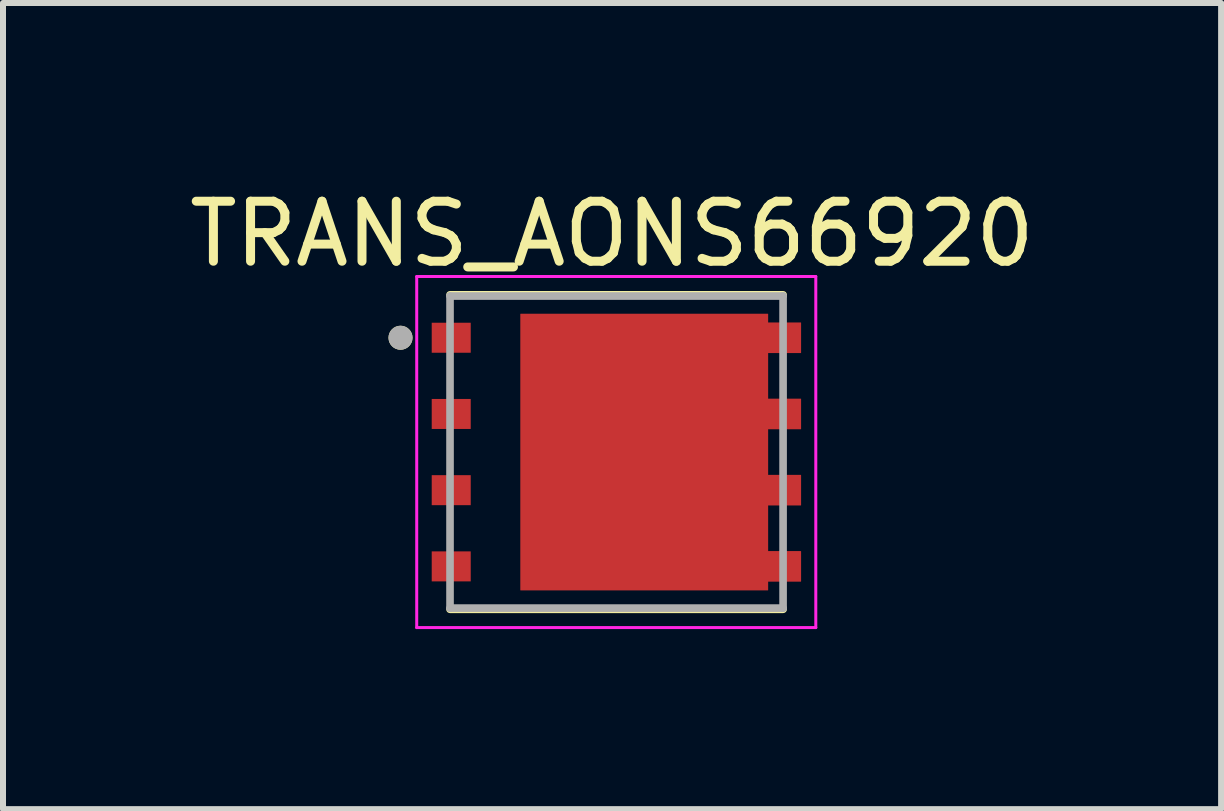
<source format=kicad_pcb>
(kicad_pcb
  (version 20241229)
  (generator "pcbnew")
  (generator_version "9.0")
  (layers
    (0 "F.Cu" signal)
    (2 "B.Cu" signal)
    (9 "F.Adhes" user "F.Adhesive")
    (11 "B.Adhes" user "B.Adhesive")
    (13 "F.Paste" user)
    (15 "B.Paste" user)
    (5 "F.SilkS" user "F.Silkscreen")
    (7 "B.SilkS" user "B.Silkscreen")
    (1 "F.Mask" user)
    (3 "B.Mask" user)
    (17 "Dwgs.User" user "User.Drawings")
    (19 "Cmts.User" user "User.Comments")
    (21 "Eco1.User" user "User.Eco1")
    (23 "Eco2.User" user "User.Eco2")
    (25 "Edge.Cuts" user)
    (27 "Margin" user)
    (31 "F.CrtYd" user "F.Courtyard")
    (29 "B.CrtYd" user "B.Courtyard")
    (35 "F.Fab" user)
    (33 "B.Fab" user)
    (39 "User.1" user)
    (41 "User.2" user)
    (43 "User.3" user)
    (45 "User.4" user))
  (footprint "TRANS_AONS66920"
    (layer "F.Cu")
    (at 7.224 4.483)
    (property "Reference" "TRANS_AONS66920" (at -0.075 -3.635 0) (layer "F.SilkS") (effects (font (size 1 1) (thickness 0.15))))
    (attr smd)
    (fp_poly (pts (xy -1.7 -2.4) (xy -1.7 2.4) (xy 2.62 2.4) (xy 2.62 2.255) (xy 3.17 2.255) (xy 3.17 1.555) (xy 2.62 1.555) (xy 2.62 0.985) (xy 3.17 0.985) (xy 3.17 0.285) (xy 2.62 0.285) (xy 2.62 -0.285) (xy 3.17 -0.285) (xy 3.17 -0.985) (xy 2.62 -0.985) (xy 2.62 -1.555) (xy 3.17 -1.555) (xy 3.17 -2.255) (xy 2.62 -2.255) (xy 2.62 -2.4)) (stroke (width 0.01) (type solid)) (fill yes) (layer "F.Mask"))
    (fp_line (start -2.775 -2.62) (end 2.775 -2.62) (stroke (width 0.127) (type solid)) (layer "F.SilkS"))
    (fp_line (start 2.775 2.62) (end -2.775 2.62) (stroke (width 0.127) (type solid)) (layer "F.SilkS"))
    (fp_circle (center -3.6 -1.905) (end -3.5 -1.905) (stroke (width 0.2) (type solid)) (fill no) (layer "F.SilkS"))
    (fp_poly (pts (xy -1.065 -1.765) (xy 0.195 -1.765) (xy 0.195 -0.265) (xy -1.065 -0.265)) (stroke (width 0.01) (type solid)) (fill yes) (layer "F.Paste"))
    (fp_poly (pts (xy -1.065 0.265) (xy 0.195 0.265) (xy 0.195 1.765) (xy -1.065 1.765)) (stroke (width 0.01) (type solid)) (fill yes) (layer "F.Paste"))
    (fp_poly (pts (xy 0.725 -1.765) (xy 1.985 -1.765) (xy 1.985 -0.265) (xy 0.725 -0.265)) (stroke (width 0.01) (type solid)) (fill yes) (layer "F.Paste"))
    (fp_poly (pts (xy 0.725 0.265) (xy 1.985 0.265) (xy 1.985 1.765) (xy 0.725 1.765)) (stroke (width 0.01) (type solid)) (fill yes) (layer "F.Paste"))
    (fp_poly (pts (xy 2.52 -2.155) (xy 3.07 -2.155) (xy 3.07 -1.655) (xy 2.52 -1.655)) (stroke (width 0.01) (type solid)) (fill yes) (layer "F.Paste"))
    (fp_poly (pts (xy 2.52 -0.885) (xy 3.07 -0.885) (xy 3.07 -0.385) (xy 2.52 -0.385)) (stroke (width 0.01) (type solid)) (fill yes) (layer "F.Paste"))
    (fp_poly (pts (xy 2.52 0.385) (xy 3.07 0.385) (xy 3.07 0.885) (xy 2.52 0.885)) (stroke (width 0.01) (type solid)) (fill yes) (layer "F.Paste"))
    (fp_poly (pts (xy 2.52 1.655) (xy 3.07 1.655) (xy 3.07 2.155) (xy 2.52 2.155)) (stroke (width 0.01) (type solid)) (fill yes) (layer "F.Paste"))
    (fp_line (start -3.33 -2.925) (end -3.33 2.925) (stroke (width 0.05) (type solid)) (layer "F.CrtYd"))
    (fp_line (start -3.33 2.925) (end 3.32 2.925) (stroke (width 0.05) (type solid)) (layer "F.CrtYd"))
    (fp_line (start 3.32 -2.925) (end -3.33 -2.925) (stroke (width 0.05) (type solid)) (layer "F.CrtYd"))
    (fp_line (start 3.32 2.925) (end 3.32 -2.925) (stroke (width 0.05) (type solid)) (layer "F.CrtYd"))
    (fp_line (start -2.775 -2.6) (end 2.775 -2.6) (stroke (width 0.127) (type solid)) (layer "F.Fab"))
    (fp_line (start -2.775 2.6) (end -2.775 -2.6) (stroke (width 0.127) (type solid)) (layer "F.Fab"))
    (fp_line (start 2.775 -2.6) (end 2.775 2.6) (stroke (width 0.127) (type solid)) (layer "F.Fab"))
    (fp_line (start 2.775 2.6) (end -2.775 2.6) (stroke (width 0.127) (type solid)) (layer "F.Fab"))
    (fp_circle (center -3.6 -1.905) (end -3.5 -1.905) (stroke (width 0.2) (type solid)) (fill no) (layer "F.Fab"))
    (pad "1" smd rect (at -2.755 -1.905) (size 0.65 0.5) (layers "F.Cu" "F.Mask" "F.Paste"))
    (pad "2" smd rect (at -2.755 -0.635) (size 0.65 0.5) (layers "F.Cu" "F.Mask" "F.Paste"))
    (pad "3" smd rect (at -2.755 0.635) (size 0.65 0.5) (layers "F.Cu" "F.Mask" "F.Paste"))
    (pad "4" smd rect (at -2.755 1.905) (size 0.65 0.5) (layers "F.Cu" "F.Mask" "F.Paste"))
    (pad "5_8" smd custom (at 0.463 0) (size 2 2) (layers "F.Cu") (options (anchor rect)) (primitives (gr_poly (pts (xy -2.062 -2.3) (xy -2.062 2.3) (xy 2.058 2.3) (xy 2.058 2.155) (xy 2.607 2.155) (xy 2.607 1.655) (xy 2.058 1.655) (xy 2.058 0.885) (xy 2.607 0.885) (xy 2.607 0.385) (xy 2.058 0.385) (xy 2.058 -0.385) (xy 2.607 -0.385) (xy 2.607 -0.885) (xy 2.058 -0.885) (xy 2.058 -1.655) (xy 2.607 -1.655) (xy 2.607 -2.155) (xy 2.058 -2.155) (xy 2.058 -2.3)) (width 0.01) (fill yes)))))
  (gr_rect
    (start -3 -3)
    (end 17.298 10.433)
    (stroke (width 0.1) (type default))
    (fill no)
    (layer "Edge.Cuts")))
</source>
